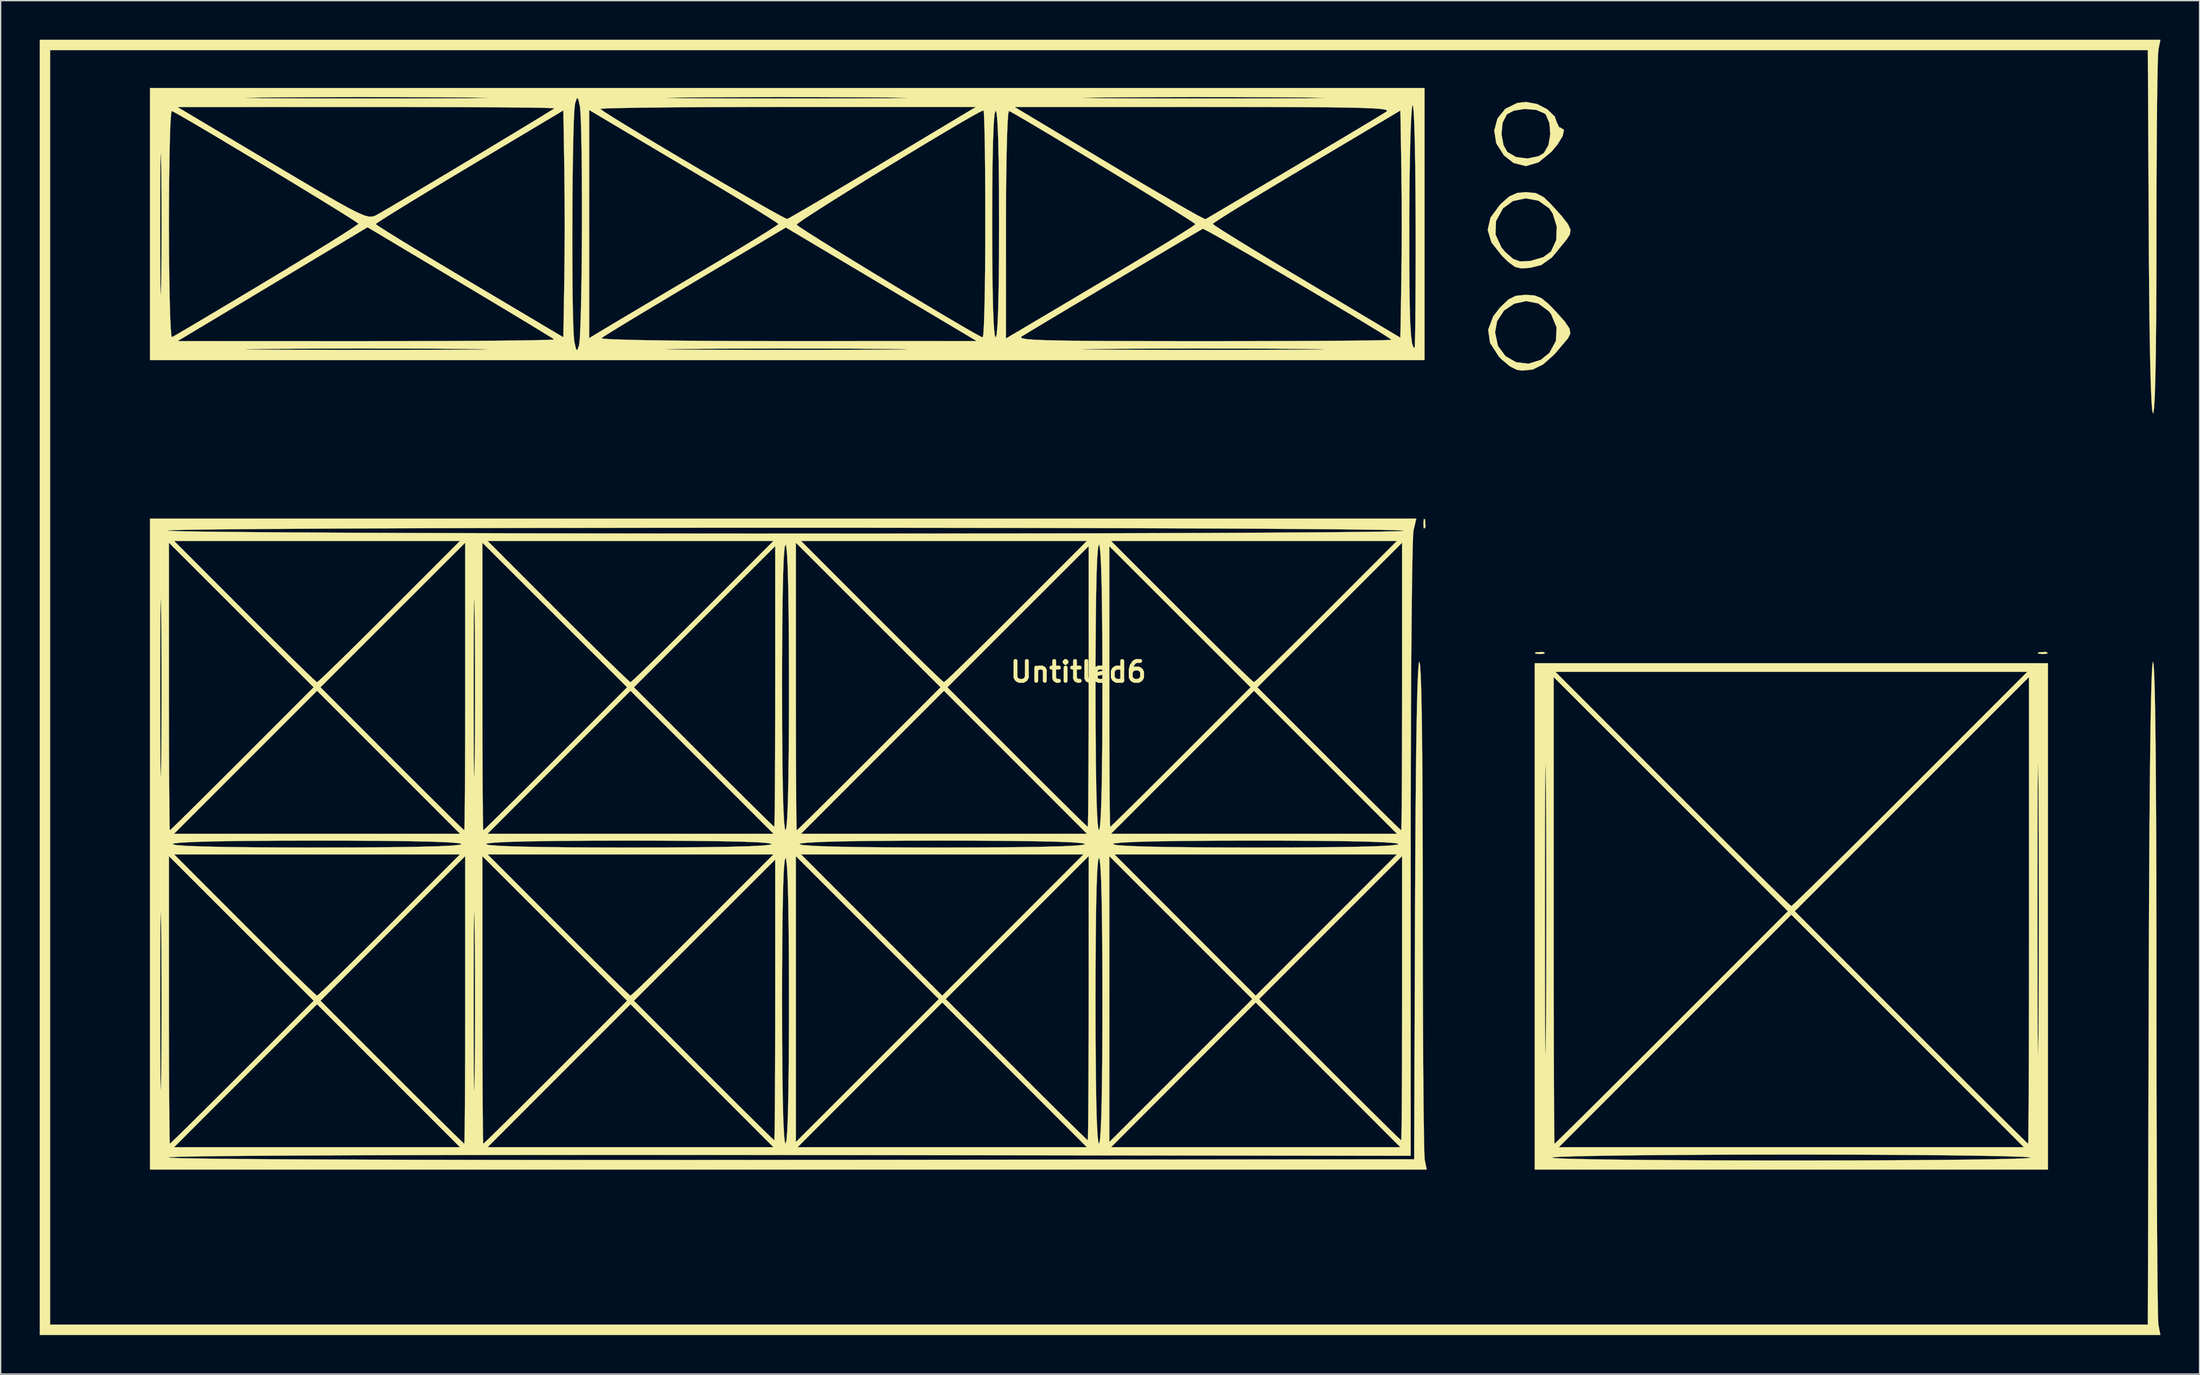
<source format=kicad_pcb>
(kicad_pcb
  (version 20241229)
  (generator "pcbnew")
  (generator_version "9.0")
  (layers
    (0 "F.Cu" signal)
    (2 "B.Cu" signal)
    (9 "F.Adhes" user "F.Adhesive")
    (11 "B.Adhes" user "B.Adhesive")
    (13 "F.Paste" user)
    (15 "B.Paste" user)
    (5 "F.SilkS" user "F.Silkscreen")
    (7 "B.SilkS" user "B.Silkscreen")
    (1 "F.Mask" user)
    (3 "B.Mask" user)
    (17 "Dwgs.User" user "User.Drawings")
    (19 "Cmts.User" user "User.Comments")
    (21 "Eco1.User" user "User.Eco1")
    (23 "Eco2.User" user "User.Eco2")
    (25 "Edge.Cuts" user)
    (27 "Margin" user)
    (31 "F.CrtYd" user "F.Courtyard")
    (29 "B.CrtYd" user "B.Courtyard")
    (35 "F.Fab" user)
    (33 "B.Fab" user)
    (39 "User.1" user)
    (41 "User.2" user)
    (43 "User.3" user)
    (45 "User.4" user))
  (footprint "Untitled6"
    (layer "F.Cu")
    (at 79.777 48.556)
    (property "Reference" "Untitled6" (at 0 0 0) (layer "F.SilkS") (effects (font (size 1.524 1.524) (thickness 0.3))))
    (attr through_hole)
    (fp_poly (pts (xy 26.634 -11.708) (xy 26.669 -11.166) (xy 26.634 -11.046) (xy 26.537 -11.013) (xy 26.5 -11.377) (xy 26.542 -11.753) (xy 26.634 -11.708)) (stroke (width 0.01) (type solid)) (fill yes) (layer "F.SilkS"))
    (fp_poly (pts (xy 35.785 -1.498) (xy 35.818 -1.402) (xy 35.454 -1.365) (xy 35.079 -1.406) (xy 35.123 -1.498) (xy 35.665 -1.533) (xy 35.785 -1.498)) (stroke (width 0.01) (type solid)) (fill yes) (layer "F.SilkS"))
    (fp_poly (pts (xy 74.414 -1.498) (xy 74.447 -1.402) (xy 74.083 -1.365) (xy 73.708 -1.406) (xy 73.753 -1.498) (xy 74.294 -1.533) (xy 74.414 -1.498)) (stroke (width 0.01) (type solid)) (fill yes) (layer "F.SilkS"))
    (fp_poly (pts (xy 35.237 -43.617) (xy 36.027 -43.21) (xy 36.593 -42.664) (xy 36.777 -42.155) (xy 36.936 -41.834) (xy 37.042 -41.804) (xy 37.302 -41.633) (xy 37.215 -41.173) (xy 36.811 -40.507) (xy 36.338 -39.941) (xy 35.351 -39.133) (xy 34.376 -38.849) (xy 33.43 -39.089) (xy 32.699 -39.663) (xy 32.1 -40.6) (xy 31.993 -41.298) (xy 32.506 -41.298) (xy 32.669 -40.436) (xy 32.955 -39.936) (xy 33.623 -39.543) (xy 34.504 -39.432) (xy 35.359 -39.609) (xy 35.764 -39.861) (xy 36.11 -40.458) (xy 36.252 -41.294) (xy 36.189 -42.147) (xy 35.914 -42.792) (xy 35.818 -42.89) (xy 35.168 -43.166) (xy 34.299 -43.236) (xy 33.455 -43.106) (xy 32.918 -42.821) (xy 32.588 -42.173) (xy 32.506 -41.298) (xy 31.993 -41.298) (xy 31.948 -41.586) (xy 32.197 -42.507) (xy 32.8 -43.248) (xy 33.71 -43.696) (xy 34.381 -43.777) (xy 35.237 -43.617)) (stroke (width 0.01) (type solid)) (fill yes) (layer "F.SilkS"))
    (fp_poly (pts (xy 35.045 -28.913) (xy 35.567 -28.71) (xy 36.124 -28.258) (xy 36.663 -27.701) (xy 37.362 -26.916) (xy 37.724 -26.384) (xy 37.796 -25.996) (xy 37.627 -25.642) (xy 37.586 -25.587) (xy 36.573 -24.388) (xy 35.705 -23.614) (xy 34.898 -23.216) (xy 34.071 -23.142) (xy 33.681 -23.199) (xy 33.155 -23.465) (xy 32.522 -23.992) (xy 32.292 -24.235) (xy 31.626 -25.269) (xy 31.51 -26.082) (xy 32.015 -26.082) (xy 32.235 -25.032) (xy 32.815 -24.25) (xy 33.637 -23.781) (xy 34.58 -23.671) (xy 35.526 -23.965) (xy 36.182 -24.499) (xy 36.689 -25.428) (xy 36.734 -26.467) (xy 36.319 -27.467) (xy 36.144 -27.694) (xy 35.33 -28.298) (xy 34.403 -28.477) (xy 33.485 -28.278) (xy 32.7 -27.75) (xy 32.171 -26.941) (xy 32.015 -26.082) (xy 31.51 -26.082) (xy 31.482 -26.28) (xy 31.863 -27.301) (xy 32.386 -27.978) (xy 33.027 -28.595) (xy 33.602 -28.885) (xy 34.342 -28.96) (xy 34.388 -28.96) (xy 35.045 -28.913)) (stroke (width 0.01) (type solid)) (fill yes) (layer "F.SilkS"))
    (fp_poly (pts (xy 35.159 -36.771) (xy 35.755 -36.459) (xy 36.318 -35.913) (xy 37.126 -35.015) (xy 37.609 -34.399) (xy 37.808 -33.961) (xy 37.76 -33.597) (xy 37.503 -33.203) (xy 37.372 -33.041) (xy 36.846 -32.397) (xy 36.38 -31.83) (xy 35.564 -31.251) (xy 34.729 -31.038) (xy 34.053 -30.983) (xy 33.559 -31.097) (xy 33.053 -31.462) (xy 32.547 -31.949) (xy 31.737 -32.976) (xy 31.552 -33.589) (xy 32.047 -33.589) (xy 32.508 -32.587) (xy 32.821 -32.226) (xy 33.412 -31.712) (xy 33.95 -31.522) (xy 34.709 -31.564) (xy 34.737 -31.568) (xy 35.714 -31.85) (xy 36.311 -32.292) (xy 36.709 -33.163) (xy 36.75 -34.203) (xy 36.442 -35.198) (xy 36.164 -35.608) (xy 35.35 -36.187) (xy 34.363 -36.371) (xy 33.381 -36.161) (xy 32.627 -35.608) (xy 32.085 -34.625) (xy 32.047 -33.589) (xy 31.552 -33.589) (xy 31.444 -33.946) (xy 31.667 -34.905) (xy 32.405 -35.898) (xy 32.407 -35.9) (xy 33.089 -36.51) (xy 33.712 -36.789) (xy 34.396 -36.849) (xy 35.159 -36.771)) (stroke (width 0.01) (type solid)) (fill yes) (layer "F.SilkS"))
    (fp_poly (pts (xy 82.967 -47.79) (xy 82.937 -47.383) (xy 82.909 -46.5) (xy 82.884 -45.193) (xy 82.862 -43.518) (xy 82.843 -41.525) (xy 82.829 -39.27) (xy 82.819 -36.804) (xy 82.815 -34.181) (xy 82.815 -33.437) (xy 82.81 -30.076) (xy 82.794 -27.171) (xy 82.77 -24.732) (xy 82.735 -22.772) (xy 82.692 -21.303) (xy 82.639 -20.334) (xy 82.577 -19.88) (xy 82.552 -19.844) (xy 82.487 -20.106) (xy 82.428 -20.885) (xy 82.376 -22.166) (xy 82.329 -23.938) (xy 82.289 -26.186) (xy 82.257 -28.899) (xy 82.231 -32.062) (xy 82.222 -33.801) (xy 82.153 -47.757) (xy -78.978 -47.757) (xy -78.978 50.139) (xy 82.153 50.139) (xy 82.221 24.672) (xy 82.236 19.902) (xy 82.255 15.612) (xy 82.279 11.806) (xy 82.307 8.49) (xy 82.338 5.671) (xy 82.373 3.353) (xy 82.413 1.542) (xy 82.455 0.243) (xy 82.502 -0.537) (xy 82.551 -0.794) (xy 82.601 -0.53) (xy 82.646 0.258) (xy 82.686 1.566) (xy 82.72 3.388) (xy 82.749 5.72) (xy 82.773 8.556) (xy 82.792 11.893) (xy 82.805 15.725) (xy 82.812 20.048) (xy 82.815 24.309) (xy 82.816 27.923) (xy 82.821 31.398) (xy 82.828 34.695) (xy 82.838 37.776) (xy 82.85 40.603) (xy 82.865 43.139) (xy 82.881 45.345) (xy 82.899 47.184) (xy 82.918 48.618) (xy 82.939 49.61) (xy 82.961 50.12) (xy 82.967 50.172) (xy 83.119 50.932) (xy -79.772 50.932) (xy -79.772 -48.551) (xy 83.119 -48.551) (xy 82.967 -47.79)) (stroke (width 0.01) (type solid)) (fill yes) (layer "F.SilkS"))
    (fp_poly (pts (xy 74.48 38.232) (xy 35.057 38.232) (xy 35.057 37.306) (xy 36.38 37.306) (xy 36.545 37.345) (xy 37.203 37.382) (xy 38.32 37.416) (xy 39.858 37.446) (xy 41.783 37.473) (xy 44.06 37.495) (xy 46.651 37.513) (xy 49.522 37.525) (xy 52.638 37.532) (xy 54.769 37.534) (xy 58.023 37.531) (xy 61.057 37.522) (xy 63.833 37.507) (xy 66.318 37.488) (xy 68.474 37.464) (xy 70.267 37.436) (xy 71.661 37.404) (xy 72.62 37.37) (xy 73.109 37.332) (xy 73.157 37.306) (xy 72.808 37.268) (xy 71.975 37.231) (xy 70.703 37.197) (xy 69.035 37.166) (xy 67.018 37.139) (xy 64.696 37.117) (xy 62.113 37.099) (xy 59.316 37.086) (xy 56.348 37.08) (xy 54.769 37.079) (xy 51.73 37.082) (xy 48.839 37.092) (xy 46.141 37.107) (xy 43.679 37.127) (xy 41.499 37.152) (xy 39.646 37.181) (xy 38.165 37.213) (xy 37.1 37.249) (xy 36.496 37.286) (xy 36.38 37.306) (xy 35.057 37.306) (xy 35.057 36.513) (xy 36.91 36.513) (xy 72.627 36.513) (xy 63.698 27.583) (xy 54.769 18.654) (xy 36.91 36.513) (xy 35.057 36.513) (xy 35.057 18.256) (xy 35.844 18.256) (xy 35.845 21.031) (xy 35.848 23.444) (xy 35.852 25.477) (xy 35.858 27.11) (xy 35.865 28.327) (xy 35.873 29.108) (xy 35.883 29.436) (xy 35.893 29.292) (xy 35.904 28.657) (xy 35.915 27.515) (xy 35.917 27.318) (xy 35.934 24.59) (xy 35.944 21.509) (xy 35.947 18.324) (xy 36.513 18.324) (xy 36.513 21.35) (xy 36.516 24.216) (xy 36.521 26.879) (xy 36.527 29.294) (xy 36.534 31.42) (xy 36.543 33.213) (xy 36.552 34.63) (xy 36.563 35.629) (xy 36.574 36.165) (xy 36.58 36.248) (xy 36.775 36.067) (xy 37.307 35.547) (xy 38.139 34.726) (xy 39.236 33.639) (xy 40.56 32.322) (xy 42.075 30.813) (xy 43.745 29.147) (xy 45.532 27.36) (xy 45.576 27.317) (xy 54.504 18.386) (xy 55.033 18.386) (xy 63.962 27.317) (xy 65.751 29.106) (xy 67.424 30.775) (xy 68.943 32.289) (xy 70.272 33.61) (xy 71.375 34.703) (xy 72.214 35.531) (xy 72.754 36.058) (xy 72.957 36.248) (xy 72.957 36.248) (xy 72.969 35.991) (xy 72.98 35.247) (xy 72.99 34.06) (xy 72.999 32.474) (xy 73.007 30.53) (xy 73.014 28.272) (xy 73.019 25.744) (xy 73.023 22.987) (xy 73.025 20.046) (xy 73.025 18.324) (xy 73.025 18.256) (xy 73.679 18.256) (xy 73.68 21.031) (xy 73.683 23.444) (xy 73.687 25.477) (xy 73.693 27.11) (xy 73.7 28.327) (xy 73.709 29.108) (xy 73.718 29.436) (xy 73.728 29.292) (xy 73.739 28.657) (xy 73.751 27.515) (xy 73.752 27.318) (xy 73.769 24.59) (xy 73.779 21.509) (xy 73.783 18.252) (xy 73.779 14.995) (xy 73.769 11.914) (xy 73.752 9.194) (xy 73.741 7.981) (xy 73.73 7.278) (xy 73.719 7.068) (xy 73.71 7.332) (xy 73.701 8.053) (xy 73.694 9.211) (xy 73.688 10.789) (xy 73.683 12.768) (xy 73.68 15.13) (xy 73.679 17.857) (xy 73.679 18.256) (xy 73.025 18.256) (xy 73.025 0.4) (xy 55.033 18.386) (xy 54.504 18.386) (xy 45.508 9.393) (xy 36.513 0.4) (xy 36.513 18.324) (xy 35.947 18.324) (xy 35.947 18.252) (xy 35.944 14.995) (xy 35.934 11.914) (xy 35.917 9.194) (xy 35.905 7.981) (xy 35.894 7.278) (xy 35.884 7.068) (xy 35.874 7.332) (xy 35.866 8.053) (xy 35.859 9.211) (xy 35.853 10.789) (xy 35.848 12.768) (xy 35.845 15.13) (xy 35.844 17.857) (xy 35.844 18.256) (xy 35.057 18.256) (xy 35.057 0) (xy 36.648 0) (xy 45.641 8.996) (xy 47.439 10.792) (xy 49.123 12.469) (xy 50.656 13.99) (xy 52.001 15.319) (xy 53.121 16.42) (xy 53.98 17.256) (xy 54.541 17.792) (xy 54.767 17.991) (xy 54.769 17.992) (xy 54.977 17.81) (xy 55.522 17.29) (xy 56.367 16.468) (xy 57.475 15.379) (xy 58.81 14.06) (xy 60.335 12.548) (xy 62.012 10.878) (xy 63.806 9.087) (xy 63.897 8.996) (xy 72.89 0) (xy 36.648 0) (xy 35.057 0) (xy 35.057 -0.661) (xy 74.48 -0.661) (xy 74.48 38.232)) (stroke (width 0.01) (type solid)) (fill yes) (layer "F.SilkS"))
    (fp_poly (pts (xy 26.591 -23.945) (xy -71.305 -23.945) (xy -71.305 -24.768) (xy -63.966 -24.768) (xy -63.57 -24.758) (xy -62.726 -24.749) (xy -61.454 -24.741) (xy -59.776 -24.736) (xy -57.709 -24.732) (xy -55.276 -24.73) (xy -54.636 -24.73) (xy -52.123 -24.731) (xy -49.976 -24.734) (xy -48.215 -24.74) (xy -46.859 -24.747) (xy -45.928 -24.755) (xy -45.443 -24.765) (xy -45.422 -24.776) (xy -45.887 -24.788) (xy -46.855 -24.801) (xy -47.181 -24.805) (xy -49.685 -24.823) (xy -52.511 -24.833) (xy -55.471 -24.835) (xy -58.376 -24.829) (xy -61.039 -24.815) (xy -62.262 -24.804) (xy -63.332 -24.791) (xy -63.893 -24.779) (xy -63.966 -24.768) (xy -71.305 -24.768) (xy -71.305 -25.402) (xy -69.189 -25.402) (xy -54.659 -25.401) (xy -51.946 -25.403) (xy -49.403 -25.41) (xy -47.077 -25.421) (xy -45.015 -25.435) (xy -43.263 -25.453) (xy -41.871 -25.474) (xy -40.883 -25.496) (xy -40.349 -25.521) (xy -40.265 -25.537) (xy -40.518 -25.702) (xy -41.17 -26.103) (xy -42.165 -26.708) (xy -43.446 -27.482) (xy -44.959 -28.391) (xy -46.647 -29.402) (xy -47.499 -29.911) (xy -54.595 -34.149) (xy -61.892 -29.776) (xy -69.189 -25.402) (xy -71.305 -25.402) (xy -71.305 -34.396) (xy -70.525 -34.396) (xy -70.523 -32.509) (xy -70.517 -30.992) (xy -70.508 -29.872) (xy -70.496 -29.174) (xy -70.482 -28.924) (xy -70.465 -29.149) (xy -70.447 -29.875) (xy -70.446 -29.964) (xy -70.422 -31.93) (xy -70.413 -34.172) (xy -70.414 -34.396) (xy -69.85 -34.396) (xy -69.843 -32.306) (xy -69.825 -30.399) (xy -69.795 -28.736) (xy -69.757 -27.378) (xy -69.712 -26.386) (xy -69.66 -25.819) (xy -69.622 -25.709) (xy -69.347 -25.862) (xy -68.674 -26.255) (xy -67.663 -26.852) (xy -66.368 -27.622) (xy -64.847 -28.53) (xy -63.156 -29.541) (xy -62.346 -30.027) (xy -60.608 -31.076) (xy -59.026 -32.04) (xy -57.654 -32.887) (xy -56.547 -33.581) (xy -55.76 -34.089) (xy -55.347 -34.376) (xy -55.327 -34.396) (xy -53.961 -34.396) (xy -53.743 -34.233) (xy -53.123 -33.835) (xy -52.156 -33.235) (xy -50.896 -32.465) (xy -49.397 -31.559) (xy -47.714 -30.551) (xy -46.759 -29.983) (xy -39.555 -25.702) (xy -39.483 -30.049) (xy -39.461 -31.994) (xy -39.454 -33.857) (xy -38.865 -33.857) (xy -38.864 -31.926) (xy -38.854 -30.101) (xy -38.835 -28.46) (xy -38.807 -27.082) (xy -38.77 -26.048) (xy -38.723 -25.436) (xy -38.711 -25.367) (xy -38.582 -24.796) (xy -38.488 -24.706) (xy -38.465 -24.768) (xy -31.686 -24.768) (xy -31.291 -24.758) (xy -30.447 -24.749) (xy -29.175 -24.741) (xy -27.496 -24.736) (xy -25.43 -24.732) (xy -22.997 -24.73) (xy -22.357 -24.73) (xy -19.844 -24.731) (xy -17.697 -24.734) (xy -15.935 -24.74) (xy -14.58 -24.747) (xy -13.649 -24.755) (xy -13.164 -24.765) (xy -13.159 -24.768) (xy 0.328 -24.768) (xy 0.724 -24.758) (xy 1.568 -24.749) (xy 2.839 -24.741) (xy 4.518 -24.736) (xy 6.584 -24.732) (xy 9.017 -24.73) (xy 9.657 -24.73) (xy 12.171 -24.731) (xy 14.318 -24.734) (xy 16.079 -24.74) (xy 17.435 -24.747) (xy 18.365 -24.755) (xy 18.851 -24.765) (xy 18.871 -24.776) (xy 18.407 -24.788) (xy 17.439 -24.801) (xy 17.113 -24.805) (xy 14.609 -24.823) (xy 11.783 -24.833) (xy 8.823 -24.835) (xy 5.918 -24.829) (xy 3.255 -24.815) (xy 2.032 -24.804) (xy 0.962 -24.791) (xy 0.401 -24.779) (xy 0.328 -24.768) (xy -13.159 -24.768) (xy -13.143 -24.776) (xy -13.607 -24.788) (xy -14.576 -24.801) (xy -14.902 -24.805) (xy -17.405 -24.823) (xy -20.232 -24.833) (xy -23.191 -24.835) (xy -26.097 -24.829) (xy -28.759 -24.815) (xy -29.983 -24.804) (xy -31.053 -24.791) (xy -31.614 -24.779) (xy -31.686 -24.768) (xy -38.465 -24.768) (xy -38.364 -25.054) (xy -38.341 -25.135) (xy -38.294 -25.557) (xy -38.29 -25.632) (xy -36.632 -25.632) (xy -36.425 -25.586) (xy -35.73 -25.544) (xy -34.586 -25.506) (xy -33.034 -25.473) (xy -31.115 -25.446) (xy -28.868 -25.425) (xy -26.334 -25.41) (xy -23.553 -25.404) (xy -22.344 -25.403) (xy -7.805 -25.407) (xy -22.463 -34.13) (xy -29.422 -29.997) (xy -31.164 -28.959) (xy -32.763 -28.002) (xy -34.162 -27.16) (xy -35.301 -26.468) (xy -36.123 -25.962) (xy -36.571 -25.676) (xy -36.632 -25.632) (xy -38.29 -25.632) (xy -38.29 -25.635) (xy -37.571 -25.635) (xy -36.446 -26.315) (xy -35.917 -26.632) (xy -35.006 -27.175) (xy -33.787 -27.899) (xy -32.335 -28.76) (xy -30.723 -29.716) (xy -29.179 -30.629) (xy -27.558 -31.593) (xy -26.097 -32.47) (xy -24.855 -33.225) (xy -23.891 -33.822) (xy -23.264 -34.224) (xy -23.092 -34.35) (xy -21.637 -34.35) (xy -21.403 -34.171) (xy -20.781 -33.762) (xy -19.838 -33.165) (xy -18.639 -32.42) (xy -17.254 -31.566) (xy -15.747 -30.646) (xy -14.186 -29.699) (xy -12.638 -28.766) (xy -11.169 -27.887) (xy -9.847 -27.103) (xy -8.739 -26.454) (xy -7.91 -25.981) (xy -7.429 -25.724) (xy -7.342 -25.69) (xy -7.295 -25.938) (xy -7.251 -26.654) (xy -7.213 -27.776) (xy -7.182 -29.243) (xy -7.16 -30.993) (xy -7.146 -32.966) (xy -7.144 -34.396) (xy -6.615 -34.396) (xy -6.607 -31.756) (xy -6.583 -29.569) (xy -6.545 -27.852) (xy -6.491 -26.619) (xy -6.424 -25.885) (xy -6.35 -25.665) (xy -6.27 -25.927) (xy -6.204 -26.702) (xy -6.152 -27.976) (xy -6.114 -29.733) (xy -6.092 -31.958) (xy -6.085 -34.392) (xy -5.556 -34.392) (xy -5.556 -25.612) (xy -5.448 -25.676) (xy -4.405 -25.676) (xy -4.274 -25.61) (xy -3.928 -25.556) (xy -3.331 -25.511) (xy -2.447 -25.475) (xy -1.239 -25.447) (xy 0.329 -25.427) (xy 2.294 -25.413) (xy 4.692 -25.405) (xy 7.56 -25.401) (xy 9.643 -25.4) (xy 12.355 -25.402) (xy 14.899 -25.407) (xy 17.227 -25.416) (xy 19.292 -25.428) (xy 21.046 -25.442) (xy 22.442 -25.458) (xy 23.432 -25.477) (xy 23.97 -25.496) (xy 24.055 -25.509) (xy 23.757 -25.716) (xy 23.079 -26.142) (xy 22.089 -26.745) (xy 20.854 -27.489) (xy 19.438 -28.333) (xy 17.91 -29.238) (xy 16.335 -30.165) (xy 14.781 -31.076) (xy 13.313 -31.93) (xy 11.998 -32.689) (xy 10.903 -33.314) (xy 10.094 -33.766) (xy 9.638 -34.005) (xy 9.562 -34.032) (xy 9.148 -33.793) (xy 8.367 -33.335) (xy 7.289 -32.698) (xy 5.984 -31.926) (xy 4.523 -31.059) (xy 2.976 -30.14) (xy 1.412 -29.21) (xy -0.096 -28.311) (xy -1.481 -27.486) (xy -2.67 -26.774) (xy -3.594 -26.22) (xy -4.183 -25.863) (xy -4.358 -25.754) (xy -4.405 -25.676) (xy -5.448 -25.676) (xy -4.564 -26.196) (xy -4.075 -26.485) (xy -3.203 -27.002) (xy -2.017 -27.705) (xy -0.588 -28.553) (xy 1.012 -29.503) (xy 2.712 -30.512) (xy 4.351 -31.491) (xy 5.831 -32.384) (xy 7.094 -33.156) (xy 8.08 -33.77) (xy 8.733 -34.191) (xy 8.994 -34.384) (xy 8.996 -34.389) (xy 8.973 -34.406) (xy 10.327 -34.406) (xy 10.547 -34.241) (xy 11.169 -33.839) (xy 12.137 -33.235) (xy 13.398 -32.461) (xy 14.897 -31.551) (xy 16.58 -30.538) (xy 17.537 -29.967) (xy 24.739 -25.67) (xy 24.811 -30.033) (xy 24.833 -31.984) (xy 24.841 -34.21) (xy 24.84 -34.528) (xy 25.422 -34.528) (xy 25.422 -31.906) (xy 25.434 -29.771) (xy 25.459 -28.082) (xy 25.498 -26.798) (xy 25.555 -25.876) (xy 25.63 -25.276) (xy 25.725 -24.955) (xy 25.828 -24.871) (xy 25.85 -25.126) (xy 25.87 -25.851) (xy 25.887 -26.987) (xy 25.9 -28.477) (xy 25.908 -30.26) (xy 25.912 -32.278) (xy 25.911 -34.462) (xy 25.9 -36.806) (xy 25.879 -38.871) (xy 25.848 -40.612) (xy 25.809 -41.987) (xy 25.763 -42.953) (xy 25.71 -43.467) (xy 25.665 -43.524) (xy 25.609 -43.137) (xy 25.557 -42.289) (xy 25.511 -41.047) (xy 25.472 -39.48) (xy 25.443 -37.656) (xy 25.426 -35.642) (xy 25.422 -34.528) (xy 24.84 -34.528) (xy 24.835 -36.456) (xy 24.816 -38.468) (xy 24.811 -38.755) (xy 24.739 -43.115) (xy 17.529 -38.832) (xy 15.768 -37.781) (xy 14.164 -36.816) (xy 12.77 -35.968) (xy 11.64 -35.271) (xy 10.828 -34.758) (xy 10.39 -34.463) (xy 10.327 -34.406) (xy 8.973 -34.406) (xy 8.78 -34.547) (xy 8.175 -34.935) (xy 7.249 -35.516) (xy 6.066 -36.247) (xy 4.693 -37.09) (xy 3.196 -38.004) (xy 1.64 -38.949) (xy 0.093 -39.885) (xy -1.381 -40.772) (xy -2.716 -41.57) (xy -3.844 -42.239) (xy -4.701 -42.739) (xy -5.219 -43.03) (xy -5.328 -43.083) (xy -5.383 -42.85) (xy -5.432 -42.149) (xy -5.476 -41.04) (xy -5.511 -39.584) (xy -5.538 -37.841) (xy -5.553 -35.873) (xy -5.556 -34.392) (xy -6.085 -34.392) (xy -6.085 -34.396) (xy -6.093 -37.036) (xy -6.117 -39.222) (xy -6.155 -40.94) (xy -6.209 -42.173) (xy -6.276 -42.907) (xy -6.35 -43.127) (xy -6.43 -42.865) (xy -6.496 -42.09) (xy -6.548 -40.816) (xy -6.586 -39.059) (xy -6.608 -36.834) (xy -6.615 -34.396) (xy -7.144 -34.396) (xy -7.148 -36.485) (xy -7.159 -38.395) (xy -7.177 -40.064) (xy -7.201 -41.431) (xy -7.229 -42.433) (xy -7.26 -43.01) (xy -7.283 -43.127) (xy -7.578 -42.995) (xy -8.247 -42.627) (xy -9.226 -42.062) (xy -10.447 -41.341) (xy -11.847 -40.503) (xy -13.358 -39.589) (xy -14.915 -38.639) (xy -16.453 -37.694) (xy -17.907 -36.792) (xy -19.209 -35.975) (xy -20.295 -35.282) (xy -21.1 -34.754) (xy -21.557 -34.431) (xy -21.637 -34.35) (xy -23.092 -34.35) (xy -23.032 -34.395) (xy -23.032 -34.396) (xy -23.249 -34.56) (xy -23.864 -34.956) (xy -24.817 -35.549) (xy -26.05 -36.3) (xy -27.505 -37.176) (xy -29.121 -38.139) (xy -29.175 -38.171) (xy -30.868 -39.175) (xy -32.469 -40.124) (xy -33.904 -40.975) (xy -35.098 -41.684) (xy -35.979 -42.207) (xy -36.446 -42.486) (xy -37.571 -43.157) (xy -37.571 -25.635) (xy -38.29 -25.635) (xy -38.249 -26.438) (xy -38.209 -27.708) (xy -38.175 -29.298) (xy -38.148 -31.138) (xy -38.131 -33.159) (xy -38.126 -34.164) (xy -38.126 -36.259) (xy -38.136 -38.22) (xy -38.156 -39.973) (xy -38.184 -41.446) (xy -38.22 -42.569) (xy -38.26 -43.237) (xy -36.71 -43.237) (xy -36.393 -43.01) (xy -35.698 -42.567) (xy -34.694 -41.948) (xy -33.446 -41.193) (xy -32.023 -40.342) (xy -30.492 -39.433) (xy -28.92 -38.507) (xy -27.375 -37.602) (xy -25.923 -36.76) (xy -24.632 -36.019) (xy -23.57 -35.419) (xy -22.803 -34.999) (xy -22.4 -34.8) (xy -22.357 -34.789) (xy -22.073 -34.94) (xy -21.392 -35.33) (xy -20.371 -35.926) (xy -19.068 -36.694) (xy -17.539 -37.601) (xy -15.841 -38.614) (xy -14.982 -39.129) (xy -7.873 -43.39) (xy -4.895 -43.39) (xy 2.362 -39.039) (xy 4.131 -37.983) (xy 5.754 -37.025) (xy 7.175 -36.196) (xy 8.34 -35.528) (xy 9.193 -35.052) (xy 9.679 -34.801) (xy 9.77 -34.771) (xy 10.028 -34.922) (xy 10.683 -35.308) (xy 11.677 -35.895) (xy 12.951 -36.648) (xy 14.448 -37.533) (xy 16.108 -38.515) (xy 16.536 -38.769) (xy 18.252 -39.786) (xy 19.838 -40.729) (xy 21.232 -41.56) (xy 22.371 -42.243) (xy 23.193 -42.74) (xy 23.635 -43.013) (xy 23.673 -43.038) (xy 23.72 -43.115) (xy 23.588 -43.181) (xy 23.243 -43.236) (xy 22.646 -43.281) (xy 21.762 -43.316) (xy 20.554 -43.344) (xy 18.986 -43.364) (xy 17.022 -43.378) (xy 14.625 -43.386) (xy 11.758 -43.39) (xy 9.65 -43.391) (xy -4.895 -43.39) (xy -7.873 -43.39) (xy -7.87 -43.392) (xy -22.368 -43.392) (xy -25.076 -43.389) (xy -27.615 -43.381) (xy -29.936 -43.369) (xy -31.993 -43.352) (xy -33.738 -43.332) (xy -35.124 -43.308) (xy -36.104 -43.283) (xy -36.632 -43.255) (xy -36.71 -43.237) (xy -38.26 -43.237) (xy -38.262 -43.267) (xy -38.283 -43.425) (xy -38.412 -43.995) (xy -38.502 -44.082) (xy -31.686 -44.082) (xy -31.291 -44.072) (xy -30.447 -44.063) (xy -29.175 -44.056) (xy -27.496 -44.05) (xy -25.43 -44.046) (xy -22.997 -44.045) (xy -22.357 -44.045) (xy -19.844 -44.046) (xy -17.697 -44.049) (xy -15.935 -44.054) (xy -14.58 -44.061) (xy -13.649 -44.07) (xy -13.164 -44.08) (xy -13.159 -44.082) (xy 0.328 -44.082) (xy 0.724 -44.072) (xy 1.568 -44.063) (xy 2.839 -44.056) (xy 4.518 -44.05) (xy 6.584 -44.046) (xy 9.017 -44.045) (xy 9.657 -44.045) (xy 12.171 -44.046) (xy 14.318 -44.049) (xy 16.079 -44.054) (xy 17.435 -44.061) (xy 18.365 -44.07) (xy 18.851 -44.08) (xy 18.871 -44.091) (xy 18.407 -44.103) (xy 17.439 -44.116) (xy 17.113 -44.119) (xy 14.609 -44.137) (xy 11.783 -44.148) (xy 8.823 -44.15) (xy 5.918 -44.144) (xy 3.255 -44.13) (xy 2.032 -44.119) (xy 0.962 -44.106) (xy 0.401 -44.094) (xy 0.328 -44.082) (xy -13.159 -44.082) (xy -13.143 -44.091) (xy -13.607 -44.103) (xy -14.576 -44.116) (xy -14.902 -44.119) (xy -17.405 -44.137) (xy -20.232 -44.148) (xy -23.191 -44.15) (xy -26.097 -44.144) (xy -28.759 -44.13) (xy -29.983 -44.119) (xy -31.053 -44.106) (xy -31.614 -44.094) (xy -31.686 -44.082) (xy -38.502 -44.082) (xy -38.506 -44.086) (xy -38.63 -43.738) (xy -38.653 -43.656) (xy -38.705 -43.209) (xy -38.751 -42.313) (xy -38.789 -41.046) (xy -38.819 -39.487) (xy -38.843 -37.717) (xy -38.858 -35.814) (xy -38.865 -33.857) (xy -39.454 -33.857) (xy -39.453 -34.214) (xy -39.459 -36.457) (xy -39.478 -38.468) (xy -39.483 -38.759) (xy -39.555 -43.122) (xy -46.757 -38.825) (xy -48.516 -37.772) (xy -50.119 -36.804) (xy -51.514 -35.954) (xy -52.644 -35.257) (xy -53.457 -34.745) (xy -53.897 -34.452) (xy -53.961 -34.396) (xy -55.327 -34.396) (xy -55.298 -34.425) (xy -55.514 -34.585) (xy -56.12 -34.974) (xy -57.048 -35.554) (xy -58.233 -36.284) (xy -59.608 -37.125) (xy -61.108 -38.036) (xy -62.666 -38.978) (xy -64.216 -39.91) (xy -65.692 -40.793) (xy -67.028 -41.588) (xy -68.158 -42.252) (xy -69.015 -42.748) (xy -69.535 -43.035) (xy -69.634 -43.083) (xy -69.685 -42.85) (xy -69.733 -42.149) (xy -69.774 -41.04) (xy -69.808 -39.584) (xy -69.832 -37.841) (xy -69.847 -35.873) (xy -69.85 -34.396) (xy -70.414 -34.396) (xy -70.419 -36.439) (xy -70.44 -38.479) (xy -70.446 -38.828) (xy -70.464 -39.599) (xy -70.48 -39.867) (xy -70.495 -39.659) (xy -70.507 -38.999) (xy -70.517 -37.915) (xy -70.523 -36.433) (xy -70.525 -34.578) (xy -70.525 -34.396) (xy -71.305 -34.396) (xy -71.305 -43.384) (xy -69.189 -43.384) (xy -61.913 -39.05) (xy -59.898 -37.852) (xy -58.286 -36.901) (xy -57.026 -36.172) (xy -56.068 -35.64) (xy -55.36 -35.279) (xy -54.852 -35.063) (xy -54.493 -34.968) (xy -54.232 -34.968) (xy -54.018 -35.037) (xy -53.951 -35.07) (xy -53.55 -35.296) (xy -52.762 -35.756) (xy -51.651 -36.411) (xy -50.281 -37.224) (xy -48.72 -38.156) (xy -47.03 -39.168) (xy -46.807 -39.302) (xy -45.141 -40.304) (xy -43.627 -41.217) (xy -42.322 -42.006) (xy -41.286 -42.636) (xy -40.577 -43.071) (xy -40.252 -43.276) (xy -40.239 -43.286) (xy -40.474 -43.306) (xy -41.192 -43.324) (xy -42.344 -43.341) (xy -43.883 -43.355) (xy -45.762 -43.368) (xy -47.934 -43.377) (xy -50.351 -43.384) (xy -52.965 -43.388) (xy -54.659 -43.388) (xy -69.189 -43.384) (xy -71.305 -43.384) (xy -71.305 -44.082) (xy -63.966 -44.082) (xy -63.57 -44.072) (xy -62.726 -44.063) (xy -61.454 -44.056) (xy -59.776 -44.05) (xy -57.709 -44.046) (xy -55.276 -44.045) (xy -54.636 -44.045) (xy -52.123 -44.046) (xy -49.976 -44.049) (xy -48.215 -44.054) (xy -46.859 -44.061) (xy -45.928 -44.07) (xy -45.443 -44.08) (xy -45.422 -44.091) (xy -45.887 -44.103) (xy -46.855 -44.116) (xy -47.181 -44.119) (xy -49.685 -44.137) (xy -52.511 -44.148) (xy -55.471 -44.15) (xy -58.376 -44.144) (xy -61.039 -44.13) (xy -62.262 -44.119) (xy -63.332 -44.106) (xy -63.893 -44.094) (xy -63.966 -44.082) (xy -71.305 -44.082) (xy -71.305 -44.847) (xy 26.591 -44.847) (xy 26.591 -23.945)) (stroke (width 0.01) (type solid)) (fill yes) (layer "F.SilkS"))
    (fp_poly (pts (xy 25.748 -10.848) (xy 25.716 -10.45) (xy 25.685 -9.562) (xy 25.656 -8.225) (xy 25.63 -6.476) (xy 25.606 -4.357) (xy 25.584 -1.906) (xy 25.566 0.836) (xy 25.552 3.831) (xy 25.541 7.039) (xy 25.534 10.42) (xy 25.532 13.626) (xy 25.532 37.174) (xy -21.887 37.114) (xy -27.533 37.108) (xy -32.913 37.105) (xy -38.008 37.105) (xy -42.798 37.108) (xy -47.265 37.113) (xy -51.389 37.122) (xy -55.151 37.133) (xy -58.532 37.146) (xy -61.512 37.162) (xy -64.072 37.18) (xy -66.194 37.201) (xy -67.857 37.224) (xy -69.043 37.249) (xy -69.733 37.276) (xy -69.909 37.296) (xy -69.722 37.325) (xy -69.022 37.352) (xy -67.823 37.377) (xy -66.141 37.4) (xy -63.992 37.42) (xy -61.391 37.439) (xy -58.352 37.454) (xy -54.893 37.468) (xy -51.028 37.478) (xy -46.772 37.486) (xy -42.141 37.492) (xy -37.15 37.495) (xy -31.815 37.495) (xy -26.152 37.492) (xy -22.357 37.488) (xy 25.797 37.439) (xy 25.865 18.322) (xy 25.883 14.264) (xy 25.906 10.67) (xy 25.935 7.55) (xy 25.969 4.911) (xy 26.009 2.762) (xy 26.053 1.11) (xy 26.102 -0.034) (xy 26.155 -0.664) (xy 26.195 -0.794) (xy 26.252 -0.53) (xy 26.302 0.255) (xy 26.345 1.554) (xy 26.382 3.361) (xy 26.411 5.667) (xy 26.434 8.466) (xy 26.449 11.749) (xy 26.457 15.511) (xy 26.458 17.959) (xy 26.46 21.08) (xy 26.467 24.061) (xy 26.476 26.855) (xy 26.489 29.419) (xy 26.505 31.709) (xy 26.524 33.68) (xy 26.545 35.288) (xy 26.567 36.488) (xy 26.592 37.236) (xy 26.61 37.472) (xy 26.763 38.232) (xy -71.305 38.232) (xy -71.305 36.513) (xy -69.452 36.513) (xy -47.494 36.513) (xy -45.374 36.513) (xy -23.417 36.513) (xy -21.559 36.513) (xy 0.657 36.513) (xy 2.518 36.513) (xy 24.734 36.513) (xy 19.182 30.956) (xy 17.784 29.557) (xy 16.515 28.287) (xy 15.421 27.193) (xy 14.547 26.319) (xy 13.941 25.713) (xy 13.647 25.42) (xy 13.626 25.4) (xy 13.445 25.58) (xy 12.937 26.087) (xy 12.146 26.878) (xy 11.12 27.904) (xy 9.903 29.121) (xy 8.543 30.483) (xy 8.07 30.956) (xy 2.518 36.513) (xy 0.657 36.513) (xy -4.895 30.956) (xy -6.293 29.557) (xy -7.562 28.287) (xy -8.656 27.193) (xy -9.53 26.319) (xy -10.137 25.713) (xy -10.431 25.42) (xy -10.451 25.4) (xy -10.632 25.58) (xy -11.14 26.087) (xy -11.931 26.878) (xy -12.957 27.904) (xy -14.174 29.121) (xy -15.534 30.483) (xy -16.007 30.956) (xy -21.559 36.513) (xy -23.417 36.513) (xy -34.396 25.534) (xy -39.885 31.023) (xy -45.374 36.513) (xy -47.494 36.513) (xy -52.984 31.023) (xy -58.473 25.534) (xy -69.452 36.513) (xy -71.305 36.513) (xy -71.305 25.268) (xy -70.523 25.268) (xy -70.521 27.405) (xy -70.517 29.178) (xy -70.509 30.562) (xy -70.5 31.535) (xy -70.488 32.071) (xy -70.475 32.148) (xy -70.46 31.742) (xy -70.446 30.908) (xy -70.425 28.779) (xy -70.415 26.339) (xy -70.415 25.204) (xy -69.85 25.204) (xy -69.848 27.564) (xy -69.844 29.751) (xy -69.837 31.711) (xy -69.827 33.388) (xy -69.816 34.729) (xy -69.803 35.679) (xy -69.789 36.181) (xy -69.781 36.248) (xy -69.585 36.068) (xy -69.061 35.56) (xy -68.258 34.77) (xy -67.222 33.744) (xy -66 32.528) (xy -64.639 31.169) (xy -64.225 30.755) (xy -58.737 25.263) (xy -58.208 25.263) (xy -52.721 30.755) (xy -51.328 32.147) (xy -50.061 33.409) (xy -48.966 34.495) (xy -48.091 35.358) (xy -47.481 35.953) (xy -47.185 36.232) (xy -47.164 36.248) (xy -47.15 35.992) (xy -47.136 35.263) (xy -47.124 34.113) (xy -47.114 32.599) (xy -47.105 30.776) (xy -47.099 28.697) (xy -47.096 26.418) (xy -47.096 25.268) (xy -46.446 25.268) (xy -46.444 27.405) (xy -46.439 29.178) (xy -46.432 30.562) (xy -46.423 31.535) (xy -46.411 32.071) (xy -46.398 32.148) (xy -46.383 31.742) (xy -46.369 30.908) (xy -46.347 28.779) (xy -46.338 26.339) (xy -46.338 25.204) (xy -45.773 25.204) (xy -45.771 27.564) (xy -45.767 29.751) (xy -45.76 31.711) (xy -45.75 33.388) (xy -45.739 34.729) (xy -45.726 35.679) (xy -45.712 36.181) (xy -45.704 36.248) (xy -45.508 36.068) (xy -44.984 35.56) (xy -44.181 34.77) (xy -43.145 33.744) (xy -41.923 32.528) (xy -40.562 31.169) (xy -40.148 30.755) (xy -34.66 25.263) (xy -34.66 25.263) (xy -34.131 25.263) (xy -28.776 30.623) (xy -27.401 31.997) (xy -26.152 33.241) (xy -25.076 34.307) (xy -24.221 35.15) (xy -23.635 35.721) (xy -23.364 35.975) (xy -23.352 35.983) (xy -23.337 35.728) (xy -23.323 34.999) (xy -23.311 33.852) (xy -23.301 32.342) (xy -23.292 30.525) (xy -23.287 28.456) (xy -23.284 26.191) (xy -23.283 25.268) (xy -22.754 25.268) (xy -22.748 28.287) (xy -22.729 30.839) (xy -22.698 32.913) (xy -22.655 34.497) (xy -22.6 35.581) (xy -22.534 36.154) (xy -22.49 36.248) (xy -22.453 36.114) (xy -21.696 36.114) (xy -16.207 30.625) (xy -10.717 25.135) (xy -10.719 25.134) (xy -10.183 25.134) (xy -4.763 30.559) (xy -3.38 31.941) (xy -2.122 33.194) (xy -1.037 34.27) (xy -0.172 35.122) (xy 0.426 35.705) (xy 0.709 35.972) (xy 0.725 35.983) (xy 0.74 35.728) (xy 0.754 34.999) (xy 0.766 33.85) (xy 0.776 32.338) (xy 0.785 30.518) (xy 0.79 28.444) (xy 0.793 26.172) (xy 0.794 25.268) (xy 1.323 25.268) (xy 1.329 28.287) (xy 1.348 30.839) (xy 1.379 32.913) (xy 1.422 34.497) (xy 1.477 35.581) (xy 1.543 36.154) (xy 1.587 36.248) (xy 1.625 36.114) (xy 2.381 36.114) (xy 13.36 25.135) (xy 13.358 25.134) (xy 13.894 25.134) (xy 19.314 30.559) (xy 20.697 31.941) (xy 21.955 33.194) (xy 23.04 34.27) (xy 23.905 35.122) (xy 24.503 35.705) (xy 24.786 35.972) (xy 24.802 35.983) (xy 24.817 35.728) (xy 24.831 34.999) (xy 24.843 33.85) (xy 24.853 32.338) (xy 24.862 30.518) (xy 24.867 28.444) (xy 24.87 26.172) (xy 24.871 25.07) (xy 24.871 14.157) (xy 19.382 19.645) (xy 13.894 25.134) (xy 13.358 25.134) (xy 7.871 19.646) (xy 2.381 14.157) (xy 2.381 36.114) (xy 1.625 36.114) (xy 1.66 35.985) (xy 1.722 35.205) (xy 1.772 33.917) (xy 1.81 32.134) (xy 1.836 29.865) (xy 1.85 27.123) (xy 1.852 25.268) (xy 1.846 22.249) (xy 1.827 19.697) (xy 1.796 17.623) (xy 1.753 16.038) (xy 1.698 14.954) (xy 1.632 14.381) (xy 1.587 14.287) (xy 1.515 14.55) (xy 1.453 15.331) (xy 1.403 16.618) (xy 1.365 18.402) (xy 1.339 20.67) (xy 1.325 23.412) (xy 1.323 25.268) (xy 0.794 25.268) (xy 0.794 25.07) (xy 0.794 14.157) (xy -4.695 19.645) (xy -10.183 25.134) (xy -10.719 25.134) (xy -21.696 14.157) (xy -21.696 36.114) (xy -22.453 36.114) (xy -22.417 35.985) (xy -22.355 35.205) (xy -22.305 33.917) (xy -22.267 32.134) (xy -22.241 29.865) (xy -22.227 27.123) (xy -22.225 25.268) (xy -22.231 22.249) (xy -22.25 19.697) (xy -22.281 17.623) (xy -22.324 16.038) (xy -22.379 14.954) (xy -22.445 14.381) (xy -22.49 14.287) (xy -22.562 14.55) (xy -22.624 15.331) (xy -22.674 16.618) (xy -22.712 18.402) (xy -22.738 20.67) (xy -22.752 23.412) (xy -22.754 25.268) (xy -23.283 25.268) (xy -23.283 25.204) (xy -23.283 14.425) (xy -28.707 19.844) (xy -34.131 25.263) (xy -34.66 25.263) (xy -40.217 19.711) (xy -45.773 14.16) (xy -45.773 25.204) (xy -46.338 25.204) (xy -46.339 23.805) (xy -46.352 21.395) (xy -46.368 19.795) (xy -46.384 18.885) (xy -46.399 18.48) (xy -46.412 18.559) (xy -46.423 19.098) (xy -46.433 20.074) (xy -46.44 21.465) (xy -46.444 23.248) (xy -46.446 25.268) (xy -47.096 25.268) (xy -47.096 25.204) (xy -47.096 14.16) (xy -52.652 19.711) (xy -58.208 25.263) (xy -58.737 25.263) (xy -64.294 19.711) (xy -69.85 14.16) (xy -69.85 25.204) (xy -70.415 25.204) (xy -70.416 23.805) (xy -70.429 21.395) (xy -70.446 19.795) (xy -70.461 18.885) (xy -70.476 18.48) (xy -70.489 18.559) (xy -70.5 19.098) (xy -70.51 20.074) (xy -70.517 21.465) (xy -70.521 23.248) (xy -70.523 25.268) (xy -71.305 25.268) (xy -71.305 14.023) (xy -69.448 14.023) (xy -64.029 19.447) (xy -62.642 20.83) (xy -61.378 22.083) (xy -60.282 23.16) (xy -59.404 24.012) (xy -58.792 24.595) (xy -58.493 24.86) (xy -58.473 24.871) (xy -58.258 24.691) (xy -57.718 24.182) (xy -56.901 23.392) (xy -55.855 22.366) (xy -54.628 21.152) (xy -53.266 19.797) (xy -52.917 19.447) (xy -47.498 14.023) (xy -45.371 14.023) (xy -39.952 19.447) (xy -38.565 20.83) (xy -37.3 22.083) (xy -36.205 23.16) (xy -35.327 24.012) (xy -34.715 24.595) (xy -34.416 24.86) (xy -34.396 24.871) (xy -34.181 24.691) (xy -33.641 24.182) (xy -32.824 23.392) (xy -31.778 22.366) (xy -30.55 21.152) (xy -29.189 19.797) (xy -28.84 19.447) (xy -23.42 14.023) (xy -21.294 14.023) (xy -15.875 19.447) (xy -14.495 20.828) (xy -13.243 22.08) (xy -12.168 23.156) (xy -11.315 24.008) (xy -10.732 24.592) (xy -10.463 24.859) (xy -10.451 24.871) (xy -10.271 24.691) (xy -9.763 24.184) (xy -8.974 23.396) (xy -7.951 22.372) (xy -6.74 21.161) (xy -5.388 19.808) (xy -5.027 19.447) (xy 0.392 14.023) (xy 2.783 14.023) (xy 8.202 19.447) (xy 9.583 20.828) (xy 10.834 22.08) (xy 11.909 23.156) (xy 12.762 24.008) (xy 13.346 24.592) (xy 13.614 24.859) (xy 13.626 24.871) (xy 13.807 24.691) (xy 14.314 24.184) (xy 15.103 23.396) (xy 16.126 22.372) (xy 17.337 21.161) (xy 18.689 19.808) (xy 19.05 19.447) (xy 24.469 14.023) (xy 2.783 14.023) (xy 0.392 14.023) (xy -21.294 14.023) (xy -23.42 14.023) (xy -45.371 14.023) (xy -47.498 14.023) (xy -69.448 14.023) (xy -71.305 14.023) (xy -71.305 13.229) (xy -69.585 13.229) (xy -69.323 13.302) (xy -68.542 13.363) (xy -67.254 13.413) (xy -65.469 13.451) (xy -63.199 13.477) (xy -60.454 13.491) (xy -58.473 13.494) (xy -55.433 13.487) (xy -52.86 13.469) (xy -50.767 13.438) (xy -49.163 13.396) (xy -48.059 13.342) (xy -47.466 13.276) (xy -47.36 13.229) (xy -45.508 13.229) (xy -45.246 13.302) (xy -44.465 13.363) (xy -43.177 13.413) (xy -41.394 13.452) (xy -39.126 13.478) (xy -36.384 13.491) (xy -34.528 13.494) (xy -31.509 13.487) (xy -28.957 13.469) (xy -26.883 13.438) (xy -25.299 13.395) (xy -24.214 13.34) (xy -23.642 13.274) (xy -23.548 13.229) (xy -21.431 13.229) (xy -21.169 13.302) (xy -20.388 13.363) (xy -19.1 13.413) (xy -17.317 13.452) (xy -15.049 13.478) (xy -12.307 13.491) (xy -10.451 13.494) (xy -7.432 13.487) (xy -4.88 13.469) (xy -2.806 13.438) (xy -1.221 13.395) (xy -0.137 13.34) (xy 0.436 13.274) (xy 0.529 13.229) (xy 2.646 13.229) (xy 2.909 13.302) (xy 3.689 13.363) (xy 4.977 13.413) (xy 6.76 13.452) (xy 9.029 13.478) (xy 11.771 13.491) (xy 13.626 13.494) (xy 16.645 13.487) (xy 19.197 13.469) (xy 21.271 13.438) (xy 22.856 13.395) (xy 23.94 13.34) (xy 24.513 13.274) (xy 24.606 13.229) (xy 24.344 13.156) (xy 23.563 13.095) (xy 22.275 13.045) (xy 20.492 13.007) (xy 18.224 12.981) (xy 15.482 12.967) (xy 13.626 12.965) (xy 10.607 12.971) (xy 8.055 12.99) (xy 5.981 13.021) (xy 4.396 13.064) (xy 3.312 13.118) (xy 2.739 13.184) (xy 2.646 13.229) (xy 0.529 13.229) (xy 0.266 13.156) (xy -0.514 13.095) (xy -1.802 13.045) (xy -3.585 13.007) (xy -5.854 12.981) (xy -8.596 12.967) (xy -10.451 12.965) (xy -13.47 12.971) (xy -16.022 12.99) (xy -18.096 13.021) (xy -19.681 13.064) (xy -20.765 13.118) (xy -21.338 13.184) (xy -21.431 13.229) (xy -23.548 13.229) (xy -23.811 13.156) (xy -24.591 13.095) (xy -25.879 13.045) (xy -27.662 13.007) (xy -29.931 12.981) (xy -32.673 12.967) (xy -34.528 12.965) (xy -37.547 12.971) (xy -40.099 12.99) (xy -42.173 13.021) (xy -43.758 13.064) (xy -44.842 13.118) (xy -45.415 13.184) (xy -45.508 13.229) (xy -47.36 13.229) (xy -47.623 13.157) (xy -48.404 13.096) (xy -49.692 13.046) (xy -51.477 13.007) (xy -53.747 12.981) (xy -56.492 12.967) (xy -58.473 12.965) (xy -61.513 12.971) (xy -64.085 12.989) (xy -66.179 13.02) (xy -67.783 13.063) (xy -68.887 13.117) (xy -69.48 13.182) (xy -69.585 13.229) (xy -71.305 13.229) (xy -71.305 12.435) (xy -69.452 12.435) (xy -47.494 12.435) (xy -45.374 12.435) (xy -23.417 12.435) (xy -21.297 12.435) (xy 0.66 12.435) (xy 2.515 12.435) (xy 24.472 12.435) (xy 18.983 6.946) (xy 13.494 1.457) (xy 8.004 6.946) (xy 2.515 12.435) (xy 0.66 12.435) (xy -4.829 6.946) (xy -10.319 1.457) (xy -15.808 6.946) (xy -21.297 12.435) (xy -23.417 12.435) (xy -28.907 6.946) (xy -34.396 1.457) (xy -45.374 12.435) (xy -47.494 12.435) (xy -52.984 6.946) (xy -58.473 1.457) (xy -63.962 6.946) (xy -69.452 12.435) (xy -71.305 12.435) (xy -71.305 1.191) (xy -70.523 1.191) (xy -70.521 3.328) (xy -70.517 5.101) (xy -70.509 6.485) (xy -70.5 7.458) (xy -70.488 7.994) (xy -70.475 8.071) (xy -70.46 7.665) (xy -70.446 6.831) (xy -70.425 4.702) (xy -70.415 2.262) (xy -70.415 1.127) (xy -69.85 1.127) (xy -69.848 3.486) (xy -69.844 5.674) (xy -69.837 7.633) (xy -69.827 9.311) (xy -69.816 10.652) (xy -69.803 11.601) (xy -69.789 12.104) (xy -69.781 12.171) (xy -69.585 11.991) (xy -69.061 11.483) (xy -68.258 10.693) (xy -67.222 9.666) (xy -66 8.451) (xy -64.639 7.092) (xy -64.225 6.678) (xy -58.737 1.186) (xy -58.208 1.186) (xy -52.721 6.678) (xy -51.328 8.07) (xy -50.061 9.332) (xy -48.966 10.417) (xy -48.091 11.281) (xy -47.481 11.876) (xy -47.185 12.155) (xy -47.164 12.171) (xy -47.15 11.915) (xy -47.136 11.186) (xy -47.124 10.036) (xy -47.114 8.522) (xy -47.105 6.698) (xy -47.099 4.62) (xy -47.096 2.341) (xy -47.096 1.191) (xy -46.446 1.191) (xy -46.444 3.328) (xy -46.439 5.101) (xy -46.432 6.485) (xy -46.423 7.458) (xy -46.411 7.994) (xy -46.398 8.071) (xy -46.383 7.665) (xy -46.369 6.831) (xy -46.347 4.702) (xy -46.338 2.262) (xy -46.338 1.127) (xy -45.773 1.127) (xy -45.771 3.486) (xy -45.767 5.674) (xy -45.76 7.633) (xy -45.75 9.311) (xy -45.739 10.652) (xy -45.726 11.601) (xy -45.712 12.104) (xy -45.704 12.171) (xy -45.508 11.991) (xy -44.984 11.483) (xy -44.181 10.693) (xy -43.145 9.666) (xy -41.923 8.451) (xy -40.562 7.092) (xy -40.148 6.678) (xy -34.66 1.186) (xy -34.66 1.186) (xy -34.131 1.186) (xy -28.776 6.546) (xy -27.401 7.92) (xy -26.152 9.164) (xy -25.076 10.23) (xy -24.221 11.073) (xy -23.635 11.644) (xy -23.364 11.898) (xy -23.352 11.906) (xy -23.337 11.651) (xy -23.323 10.922) (xy -23.311 9.775) (xy -23.301 8.265) (xy -23.292 6.448) (xy -23.287 4.379) (xy -23.284 2.114) (xy -23.283 1.191) (xy -22.754 1.191) (xy -22.748 4.21) (xy -22.729 6.762) (xy -22.698 8.836) (xy -22.655 10.42) (xy -22.6 11.504) (xy -22.534 12.077) (xy -22.49 12.171) (xy -22.417 11.908) (xy -22.355 11.127) (xy -22.305 9.84) (xy -22.267 8.056) (xy -22.241 5.788) (xy -22.227 3.046) (xy -22.225 1.191) (xy -22.225 1.127) (xy -21.696 1.127) (xy -21.694 3.486) (xy -21.69 5.674) (xy -21.683 7.633) (xy -21.673 9.311) (xy -21.662 10.652) (xy -21.649 11.601) (xy -21.635 12.104) (xy -21.627 12.171) (xy -21.43 11.991) (xy -20.907 11.483) (xy -20.104 10.693) (xy -19.068 9.666) (xy -17.846 8.451) (xy -16.485 7.092) (xy -16.071 6.678) (xy -10.583 1.186) (xy -10.583 1.186) (xy -10.054 1.186) (xy -4.699 6.546) (xy -3.324 7.92) (xy -2.075 9.164) (xy -0.999 10.23) (xy -0.144 11.073) (xy 0.442 11.644) (xy 0.713 11.898) (xy 0.725 11.906) (xy 0.74 11.651) (xy 0.754 10.922) (xy 0.766 9.775) (xy 0.776 8.265) (xy 0.785 6.448) (xy 0.791 4.379) (xy 0.793 2.114) (xy 0.794 1.191) (xy 1.323 1.191) (xy 1.329 4.21) (xy 1.348 6.762) (xy 1.379 8.836) (xy 1.422 10.42) (xy 1.477 11.504) (xy 1.543 12.077) (xy 1.587 12.171) (xy 1.66 11.908) (xy 1.722 11.127) (xy 1.772 9.84) (xy 1.81 8.056) (xy 1.836 5.788) (xy 1.85 3.046) (xy 1.852 1.191) (xy 1.852 1.127) (xy 2.381 1.127) (xy 2.383 3.457) (xy 2.388 5.614) (xy 2.395 7.543) (xy 2.404 9.187) (xy 2.416 10.492) (xy 2.429 11.402) (xy 2.444 11.861) (xy 2.45 11.906) (xy 2.647 11.727) (xy 3.17 11.219) (xy 3.971 10.43) (xy 5.004 9.408) (xy 6.22 8.198) (xy 7.572 6.848) (xy 7.874 6.546) (xy 13.229 1.186) (xy 13.758 1.186) (xy 19.246 6.678) (xy 20.639 8.07) (xy 21.906 9.332) (xy 23 10.417) (xy 23.876 11.281) (xy 24.485 11.876) (xy 24.782 12.155) (xy 24.802 12.171) (xy 24.817 11.915) (xy 24.831 11.186) (xy 24.843 10.036) (xy 24.853 8.522) (xy 24.861 6.698) (xy 24.867 4.62) (xy 24.87 2.341) (xy 24.871 1.127) (xy 24.871 -9.917) (xy 19.315 -4.366) (xy 13.758 1.186) (xy 13.229 1.186) (xy 13.229 1.186) (xy 7.805 -4.233) (xy 2.381 -9.652) (xy 2.381 1.127) (xy 1.852 1.127) (xy 1.846 -1.829) (xy 1.827 -4.381) (xy 1.796 -6.454) (xy 1.753 -8.039) (xy 1.698 -9.123) (xy 1.632 -9.696) (xy 1.587 -9.79) (xy 1.515 -9.527) (xy 1.453 -8.746) (xy 1.403 -7.459) (xy 1.365 -5.675) (xy 1.339 -3.407) (xy 1.325 -0.665) (xy 1.323 1.191) (xy 0.794 1.191) (xy 0.794 1.127) (xy 0.794 -9.652) (xy -10.054 1.186) (xy -10.583 1.186) (xy -16.14 -4.366) (xy -21.696 -9.917) (xy -21.696 1.127) (xy -22.225 1.127) (xy -22.231 -1.829) (xy -22.25 -4.381) (xy -22.281 -6.454) (xy -22.324 -8.039) (xy -22.379 -9.123) (xy -22.445 -9.696) (xy -22.49 -9.79) (xy -22.562 -9.527) (xy -22.624 -8.746) (xy -22.674 -7.459) (xy -22.712 -5.675) (xy -22.738 -3.407) (xy -22.752 -0.665) (xy -22.754 1.191) (xy -23.283 1.191) (xy -23.283 1.127) (xy -23.283 -9.652) (xy -28.707 -4.233) (xy -34.131 1.186) (xy -34.66 1.186) (xy -40.217 -4.366) (xy -45.773 -9.917) (xy -45.773 1.127) (xy -46.338 1.127) (xy -46.339 -0.272) (xy -46.352 -2.682) (xy -46.368 -4.282) (xy -46.384 -5.193) (xy -46.399 -5.597) (xy -46.412 -5.518) (xy -46.423 -4.979) (xy -46.433 -4.003) (xy -46.44 -2.612) (xy -46.444 -0.829) (xy -46.446 1.191) (xy -47.096 1.191) (xy -47.096 1.127) (xy -47.096 -9.917) (xy -52.652 -4.366) (xy -58.208 1.186) (xy -58.737 1.186) (xy -64.294 -4.366) (xy -69.85 -9.917) (xy -69.85 1.127) (xy -70.415 1.127) (xy -70.416 -0.272) (xy -70.429 -2.682) (xy -70.446 -4.282) (xy -70.461 -5.193) (xy -70.476 -5.597) (xy -70.489 -5.518) (xy -70.5 -4.979) (xy -70.51 -4.003) (xy -70.517 -2.612) (xy -70.521 -0.829) (xy -70.523 1.191) (xy -71.305 1.191) (xy -71.305 -10.054) (xy -69.448 -10.054) (xy -64.029 -4.63) (xy -62.642 -3.247) (xy -61.378 -1.994) (xy -60.282 -0.917) (xy -59.404 -0.065) (xy -58.792 0.517) (xy -58.493 0.783) (xy -58.473 0.794) (xy -58.258 0.614) (xy -57.718 0.105) (xy -56.901 -0.685) (xy -55.855 -1.711) (xy -54.628 -2.925) (xy -53.266 -4.281) (xy -52.917 -4.63) (xy -47.498 -10.054) (xy -45.371 -10.054) (xy -39.952 -4.63) (xy -38.565 -3.247) (xy -37.3 -1.994) (xy -36.205 -0.917) (xy -35.327 -0.065) (xy -34.715 0.517) (xy -34.416 0.783) (xy -34.396 0.794) (xy -34.181 0.614) (xy -33.641 0.105) (xy -32.824 -0.685) (xy -31.778 -1.711) (xy -30.55 -2.925) (xy -29.189 -4.281) (xy -28.84 -4.63) (xy -23.42 -10.054) (xy -21.294 -10.054) (xy -15.875 -4.63) (xy -14.488 -3.247) (xy -13.223 -1.994) (xy -12.128 -0.917) (xy -11.25 -0.065) (xy -10.638 0.517) (xy -10.339 0.783) (xy -10.319 0.794) (xy -10.104 0.614) (xy -9.564 0.105) (xy -8.747 -0.685) (xy -7.701 -1.711) (xy -6.473 -2.925) (xy -5.112 -4.281) (xy -4.763 -4.63) (xy 0.657 -10.054) (xy 2.518 -10.054) (xy 7.938 -4.63) (xy 9.324 -3.247) (xy 10.589 -1.994) (xy 11.684 -0.917) (xy 12.562 -0.065) (xy 13.175 0.517) (xy 13.474 0.783) (xy 13.494 0.794) (xy 13.708 0.614) (xy 14.248 0.105) (xy 15.065 -0.685) (xy 16.111 -1.711) (xy 17.339 -2.925) (xy 18.7 -4.281) (xy 19.05 -4.63) (xy 24.469 -10.054) (xy 2.518 -10.054) (xy 0.657 -10.054) (xy -21.294 -10.054) (xy -23.42 -10.054) (xy -45.371 -10.054) (xy -47.498 -10.054) (xy -69.448 -10.054) (xy -71.305 -10.054) (xy -71.305 -10.853) (xy -69.982 -10.853) (xy -69.658 -10.826) (xy -68.836 -10.801) (xy -67.551 -10.777) (xy -65.835 -10.755) (xy -63.72 -10.735) (xy -61.238 -10.716) (xy -58.424 -10.699) (xy -55.308 -10.684) (xy -51.924 -10.67) (xy -48.305 -10.658) (xy -44.482 -10.648) (xy -40.489 -10.639) (xy -36.358 -10.632) (xy -32.122 -10.627) (xy -27.813 -10.623) (xy -23.464 -10.621) (xy -19.108 -10.621) (xy -14.778 -10.622) (xy -10.505 -10.625) (xy -6.322 -10.63) (xy -2.262 -10.637) (xy 1.641 -10.645) (xy 5.357 -10.655) (xy 8.851 -10.667) (xy 12.093 -10.68) (xy 15.047 -10.696) (xy 17.684 -10.713) (xy 19.969 -10.731) (xy 21.87 -10.752) (xy 23.354 -10.774) (xy 24.389 -10.799) (xy 24.942 -10.824) (xy 25.022 -10.835) (xy 24.85 -10.861) (xy 24.169 -10.887) (xy 23.002 -10.91) (xy 21.368 -10.933) (xy 19.289 -10.955) (xy 16.785 -10.974) (xy 13.879 -10.993) (xy 10.589 -11.009) (xy 6.939 -11.024) (xy 2.948 -11.037) (xy -1.363 -11.049) (xy -5.972 -11.058) (xy -10.859 -11.064) (xy -16.002 -11.069) (xy -21.381 -11.071) (xy -22.357 -11.071) (xy -27.354 -11.07) (xy -32.202 -11.067) (xy -36.875 -11.062) (xy -41.347 -11.055) (xy -45.593 -11.045) (xy -49.586 -11.034) (xy -53.301 -11.021) (xy -56.712 -11.006) (xy -59.792 -10.99) (xy -62.517 -10.973) (xy -64.86 -10.954) (xy -66.795 -10.934) (xy -68.296 -10.913) (xy -69.338 -10.891) (xy -69.895 -10.869) (xy -69.982 -10.853) (xy -71.305 -10.853) (xy -71.305 -11.774) (xy 25.963 -11.774) (xy 25.748 -10.848)) (stroke (width 0.01) (type solid)) (fill yes) (layer "F.SilkS")))
  (gr_rect
    (start -3 -3)
    (end 165.901 102.493)
    (stroke (width 0.1) (type default))
    (fill no)
    (layer "Edge.Cuts")))
</source>
